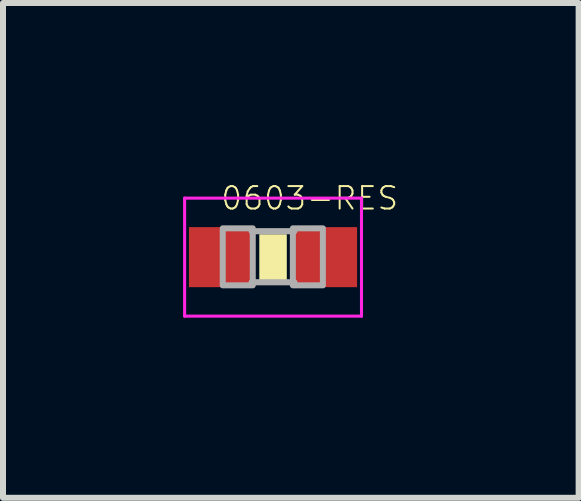
<source format=kicad_pcb>
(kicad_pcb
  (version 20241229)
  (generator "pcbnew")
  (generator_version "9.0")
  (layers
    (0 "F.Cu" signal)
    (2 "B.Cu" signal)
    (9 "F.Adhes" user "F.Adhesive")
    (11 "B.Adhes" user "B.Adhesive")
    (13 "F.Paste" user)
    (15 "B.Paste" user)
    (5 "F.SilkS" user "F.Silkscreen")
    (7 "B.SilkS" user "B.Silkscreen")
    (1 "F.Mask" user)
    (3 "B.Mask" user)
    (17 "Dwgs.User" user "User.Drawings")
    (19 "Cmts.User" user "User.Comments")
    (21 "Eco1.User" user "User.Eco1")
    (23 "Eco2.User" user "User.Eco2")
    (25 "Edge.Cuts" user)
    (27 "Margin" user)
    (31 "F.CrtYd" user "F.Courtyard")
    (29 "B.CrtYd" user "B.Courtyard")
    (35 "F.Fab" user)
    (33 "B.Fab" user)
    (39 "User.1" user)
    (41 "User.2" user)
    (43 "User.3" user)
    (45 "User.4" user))
  (footprint "0603-RES"
    (layer "F.Cu")
    (at 1.498 1.233)
    (property "Reference" "0603-RES" (at -0.889 -0.762 0) (layer "F.SilkS") (effects (font (size 0.374 0.374) (thickness 0.033)) (justify left bottom)))
    (fp_poly (pts (xy -0.229 0.381) (xy 0.229 0.381) (xy 0.229 -0.381) (xy -0.229 -0.381)) (stroke (width 0) (type default)) (fill yes) (layer "F.SilkS"))
    (fp_poly (pts (xy -0.2 0.3) (xy 0.2 0.3) (xy 0.2 -0.3) (xy -0.2 -0.3)) (stroke (width 0) (type default)) (fill yes) (layer "F.Adhes"))
    (fp_line (start -1.473 -0.983) (end 1.473 -0.983) (stroke (width 0.051) (type solid)) (layer "F.CrtYd"))
    (fp_line (start -1.473 0.983) (end -1.473 -0.983) (stroke (width 0.051) (type solid)) (layer "F.CrtYd"))
    (fp_line (start 1.473 -0.983) (end 1.473 0.983) (stroke (width 0.051) (type solid)) (layer "F.CrtYd"))
    (fp_line (start 1.473 0.983) (end -1.473 0.983) (stroke (width 0.051) (type solid)) (layer "F.CrtYd"))
    (fp_line (start -0.356 -0.432) (end 0.356 -0.432) (stroke (width 0.102) (type solid)) (layer "F.Fab"))
    (fp_line (start -0.356 0.419) (end 0.356 0.419) (stroke (width 0.102) (type solid)) (layer "F.Fab"))
    (fp_poly (pts (xy -0.838 0.47) (xy -0.338 0.47) (xy -0.338 -0.48) (xy -0.838 -0.48)) (stroke (width 0.1) (type default)) (fill no) (layer "F.Fab"))
    (fp_poly (pts (xy 0.33 0.47) (xy 0.83 0.47) (xy 0.83 -0.48) (xy 0.33 -0.48)) (stroke (width 0.1) (type default)) (fill no) (layer "F.Fab"))
    (pad "1" smd rect (at -0.85 0) (size 1.1 1) (layers "F.Cu" "F.Mask" "F.Paste"))
    (pad "2" smd rect (at 0.85 0) (size 1.1 1) (layers "F.Cu" "F.Mask" "F.Paste")))
  (gr_rect
    (start -3 -3)
    (end 6.588 5.242)
    (stroke (width 0.1) (type default))
    (fill no)
    (layer "Edge.Cuts")))
</source>
